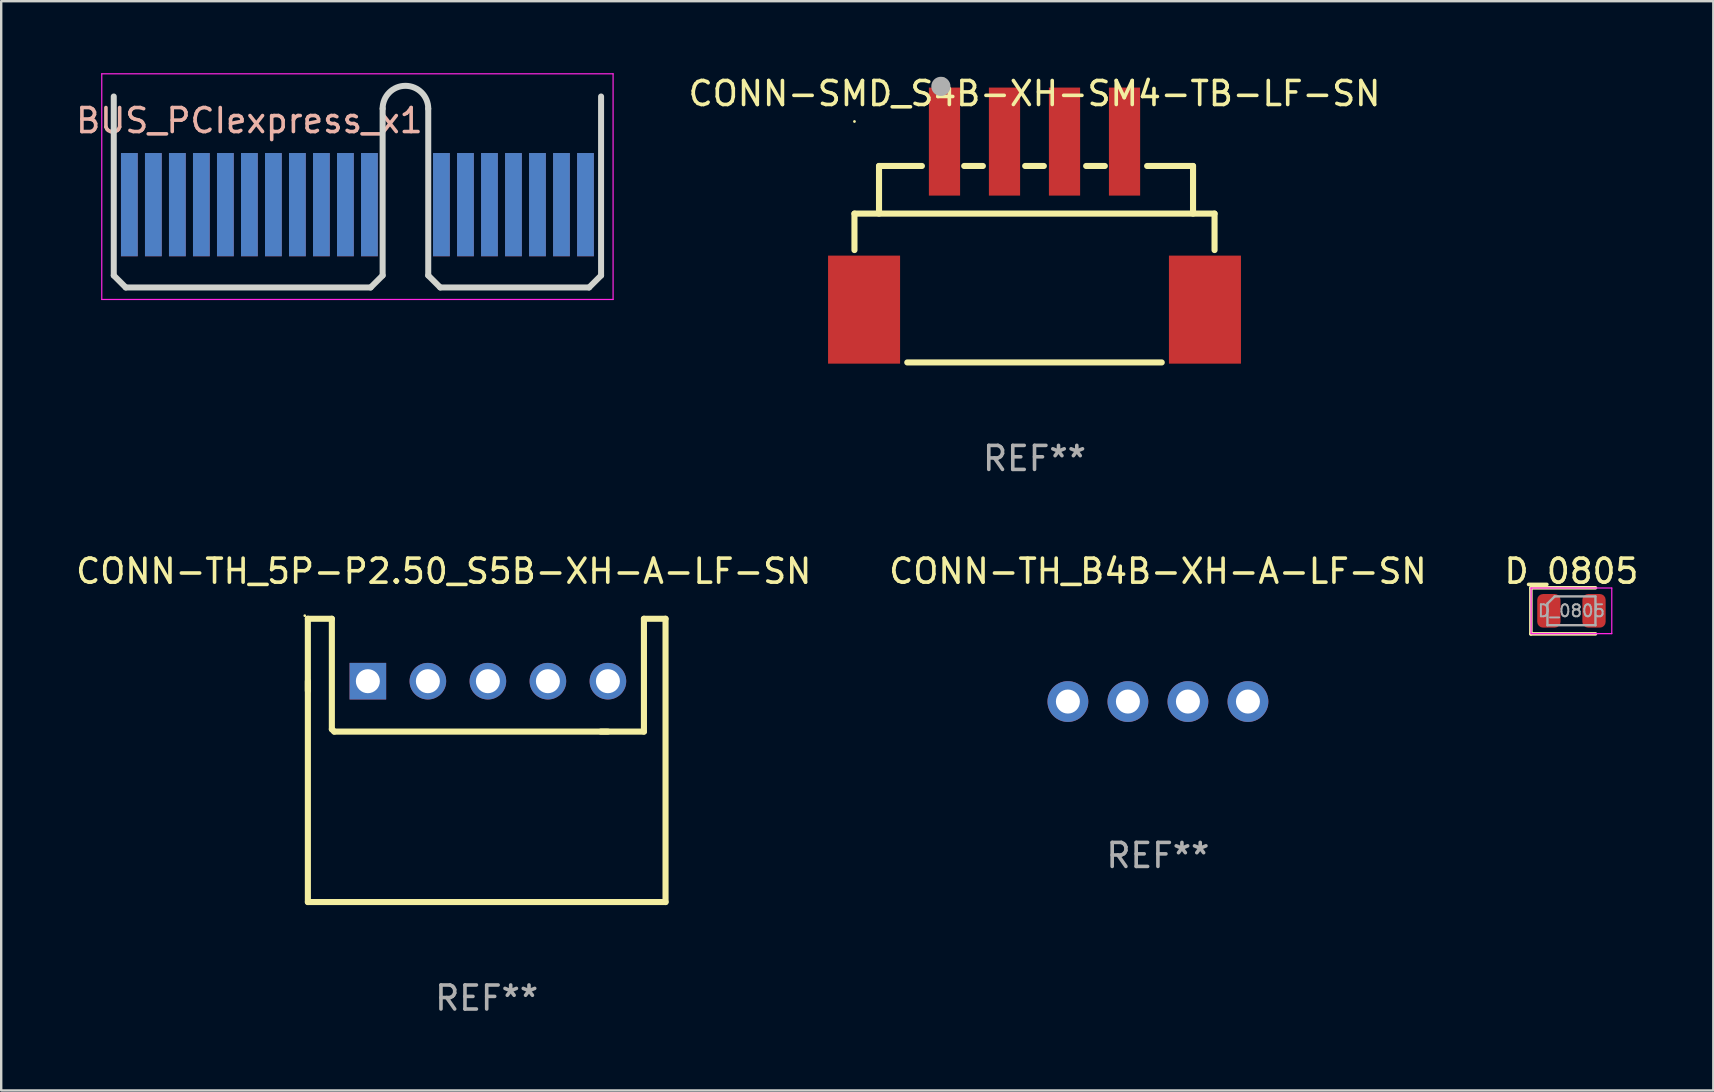
<source format=kicad_pcb>
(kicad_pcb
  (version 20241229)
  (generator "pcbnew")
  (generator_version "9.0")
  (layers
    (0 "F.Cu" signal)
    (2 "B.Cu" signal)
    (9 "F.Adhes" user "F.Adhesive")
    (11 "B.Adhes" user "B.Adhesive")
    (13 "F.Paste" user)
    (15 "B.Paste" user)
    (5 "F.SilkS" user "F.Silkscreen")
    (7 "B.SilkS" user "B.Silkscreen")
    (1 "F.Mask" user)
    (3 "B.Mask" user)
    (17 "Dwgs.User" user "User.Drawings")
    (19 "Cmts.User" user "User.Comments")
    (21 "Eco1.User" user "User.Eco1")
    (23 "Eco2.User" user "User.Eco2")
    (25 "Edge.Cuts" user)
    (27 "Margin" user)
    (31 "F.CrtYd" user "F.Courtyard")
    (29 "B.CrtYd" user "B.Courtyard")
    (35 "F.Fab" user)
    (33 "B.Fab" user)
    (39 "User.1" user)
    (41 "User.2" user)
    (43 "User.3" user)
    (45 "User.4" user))
  (footprint "CONN-TH_5P-P2.50_S5B-XH-A-LF-SN"
    (layer "F.Cu")
    (at 17.274 25.326)
    (property "Reference" "CONN-TH_5P-P2.50_S5B-XH-A-LF-SN" (at -1.84 -4.581 0) (layer "F.SilkS") (effects (font (size 1 1) (thickness 0.15))))
    (attr through_hole)
    (fp_line (start -7.5 -2.6) (end -7.5 0.4) (stroke (width 0.254) (type solid)) (layer "F.SilkS"))
    (fp_line (start -7.499 0) (end -7.499 9.2) (stroke (width 0.254) (type solid)) (layer "F.SilkS"))
    (fp_line (start -7.499 9.2) (end 7.4 9.2) (stroke (width 0.254) (type solid)) (layer "F.SilkS"))
    (fp_line (start -6.5 -2.6) (end -7.5 -2.6) (stroke (width 0.254) (type solid)) (layer "F.SilkS"))
    (fp_line (start -6.5 2) (end -6.5 -2.6) (stroke (width 0.254) (type solid)) (layer "F.SilkS"))
    (fp_line (start -6.4 2.1) (end -6.5 2) (stroke (width 0.254) (type solid)) (layer "F.SilkS"))
    (fp_line (start 4.7 2.1) (end 6.5 2.1) (stroke (width 0.254) (type solid)) (layer "F.SilkS"))
    (fp_line (start 5 2.1) (end -6.4 2.1) (stroke (width 0.254) (type solid)) (layer "F.SilkS"))
    (fp_line (start 6.5 -2.6) (end 7.4 -2.6) (stroke (width 0.254) (type solid)) (layer "F.SilkS"))
    (fp_line (start 6.5 2.1) (end 6.5 -2.6) (stroke (width 0.254) (type solid)) (layer "F.SilkS"))
    (fp_line (start 7.4 9.2) (end 7.4 -2.601) (stroke (width 0.254) (type solid)) (layer "F.SilkS"))
    (fp_circle (center -7.627 -2.728) (end -7.597 -2.728) (stroke (width 0.06) (type solid)) (fill no) (layer "F.SilkS"))
    (fp_text user "REF**" (at -0.05 13.2 0) (layer "F.Fab") (effects (font (size 1 1) (thickness 0.15))))
    (pad "1" thru_hole rect (at -5 0) (size 1.524 1.524) (drill 1) (layers "*.Cu" "*.Mask"))
    (pad "2" thru_hole circle (at -2.5 0) (size 1.524 1.524) (drill 1) (layers "*.Cu" "*.Mask"))
    (pad "3" thru_hole circle (at 0 0) (size 1.524 1.524) (drill 1) (layers "*.Cu" "*.Mask"))
    (pad "4" thru_hole circle (at 2.5 0) (size 1.524 1.524) (drill 1) (layers "*.Cu" "*.Mask"))
    (pad "5" thru_hole circle (at 5 0) (size 1.524 1.524) (drill 1) (layers "*.Cu" "*.Mask")))
  (footprint "D_0805"
    (layer "F.Cu")
    (at 62.411 22.395)
    (property "Reference" "D_0805" (at 0 -1.65 180) (layer "F.SilkS") (effects (font (size 1 1) (thickness 0.15))))
    (attr smd)
    (fp_line (start -1.69 -0.96) (end -1.69 0.96) (stroke (width 0.15) (type solid)) (layer "F.SilkS"))
    (fp_line (start -1.69 0.96) (end 1 0.96) (stroke (width 0.15) (type solid)) (layer "F.SilkS"))
    (fp_line (start 1 -0.96) (end -1.69 -0.96) (stroke (width 0.15) (type solid)) (layer "F.SilkS"))
    (fp_line (start -1.68 -0.95) (end 1.68 -0.95) (stroke (width 0.05) (type solid)) (layer "F.CrtYd"))
    (fp_line (start -1.68 0.95) (end -1.68 -0.95) (stroke (width 0.05) (type solid)) (layer "F.CrtYd"))
    (fp_line (start 1.68 -0.95) (end 1.68 0.95) (stroke (width 0.05) (type solid)) (layer "F.CrtYd"))
    (fp_line (start 1.68 0.95) (end -1.68 0.95) (stroke (width 0.05) (type solid)) (layer "F.CrtYd"))
    (fp_line (start -1 -0.3) (end -1 0.6) (stroke (width 0.1) (type solid)) (layer "F.Fab"))
    (fp_line (start -1 0.6) (end 1 0.6) (stroke (width 0.1) (type solid)) (layer "F.Fab"))
    (fp_line (start -0.7 -0.6) (end -1 -0.3) (stroke (width 0.1) (type solid)) (layer "F.Fab"))
    (fp_line (start 1 -0.6) (end -0.7 -0.6) (stroke (width 0.1) (type solid)) (layer "F.Fab"))
    (fp_line (start 1 0.6) (end 1 -0.6) (stroke (width 0.1) (type solid)) (layer "F.Fab"))
    (fp_text user "${REFERENCE}" (at 0 0 180) (layer "F.Fab") (effects (font (size 0.5 0.5) (thickness 0.08))))
    (pad "1" smd roundrect (at -0.94 0) (size 0.97 1.4) (layers "F.Cu" "F.Mask" "F.Paste") (roundrect_rratio 0.25))
    (pad "2" smd roundrect (at 0.94 0) (size 0.97 1.4) (layers "F.Cu" "F.Mask" "F.Paste") (roundrect_rratio 0.25)))
  (footprint "CONN-SMD_S4B-XH-SM4-TB-LF-SN"
    (layer "F.Cu")
    (at 40.044 6.348)
    (property "Reference" "CONN-SMD_S4B-XH-SM4-TB-LF-SN" (at 0 -5.5 0) (layer "F.SilkS") (effects (font (size 1 1) (thickness 0.15))))
    (attr smd)
    (fp_line (start -7.5 -0.5) (end -7.5 1.019) (stroke (width 0.254) (type solid)) (layer "F.SilkS"))
    (fp_line (start -6.477 -2.484) (end -4.691 -2.484) (stroke (width 0.254) (type solid)) (layer "F.SilkS"))
    (fp_line (start -6.477 -0.5) (end -6.477 -2.484) (stroke (width 0.254) (type solid)) (layer "F.SilkS"))
    (fp_line (start -5.3 5.7) (end 5.3 5.7) (stroke (width 0.254) (type solid)) (layer "F.SilkS"))
    (fp_line (start -2.929 -2.484) (end -2.151 -2.484) (stroke (width 0.254) (type solid)) (layer "F.SilkS"))
    (fp_line (start -0.389 -2.484) (end 0.389 -2.484) (stroke (width 0.254) (type solid)) (layer "F.SilkS"))
    (fp_line (start 2.151 -2.484) (end 2.929 -2.484) (stroke (width 0.254) (type solid)) (layer "F.SilkS"))
    (fp_line (start 4.691 -2.484) (end 6.604 -2.484) (stroke (width 0.254) (type solid)) (layer "F.SilkS"))
    (fp_line (start 6.604 -2.484) (end 6.604 -0.5) (stroke (width 0.254) (type solid)) (layer "F.SilkS"))
    (fp_line (start 7.5 -0.5) (end -7.5 -0.5) (stroke (width 0.254) (type solid)) (layer "F.SilkS"))
    (fp_line (start 7.5 -0.5) (end 7.5 1.019) (stroke (width 0.254) (type solid)) (layer "F.SilkS"))
    (fp_circle (center -7.5 -4.337) (end -7.47 -4.337) (stroke (width 0.06) (type solid)) (fill no) (layer "F.SilkS"))
    (fp_circle (center -3.9 -5.8) (end -3.7 -5.8) (stroke (width 0.4) (type solid)) (fill no) (layer "F.Fab"))
    (fp_text user "REF**" (at 0 9.7 0) (layer "F.Fab") (effects (font (size 1 1) (thickness 0.15))))
    (pad "1" smd rect (at -3.75 -3.5) (size 1.3 4.5) (layers "F.Cu" "F.Mask" "F.Paste"))
    (pad "2" smd rect (at -1.25 -3.5) (size 1.3 4.5) (layers "F.Cu" "F.Mask" "F.Paste"))
    (pad "3" smd rect (at 1.25 -3.5) (size 1.3 4.5) (layers "F.Cu" "F.Mask" "F.Paste"))
    (pad "4" smd rect (at 3.75 -3.5) (size 1.3 4.5) (layers "F.Cu" "F.Mask" "F.Paste"))
    (pad "5" smd rect (at 7.1 3.5) (size 3 4.5) (layers "F.Cu" "F.Mask" "F.Paste"))
    (pad "6" smd rect (at -7.1 3.5) (size 3 4.5) (layers "F.Cu" "F.Mask" "F.Paste")))
  (footprint "CONN-TH_B4B-XH-A-LF-SN"
    (layer "F.Cu")
    (at 45.185 26.174)
    (property "Reference" "CONN-TH_B4B-XH-A-LF-SN" (at -0.000025 -5.429 0) (layer "F.SilkS") (effects (font (size 1 1) (thickness 0.15))))
    (attr through_hole)
    (fp_text user "REF**" (at -0.000025 6.413 0) (layer "F.Fab") (effects (font (size 1 1) (thickness 0.15))))
    (pad "1" thru_hole circle (at 3.75 0) (size 1.7 1.7) (drill 1) (layers "*.Cu" "*.Mask"))
    (pad "2" thru_hole circle (at 1.25 0) (size 1.7 1.7) (drill 1) (layers "*.Cu" "*.Mask"))
    (pad "3" thru_hole circle (at -1.25 0) (size 1.7 1.7) (drill 1) (layers "*.Cu" "*.Mask"))
    (pad "4" thru_hole circle (at -3.75 0) (size 1.7 1.7) (drill 1) (layers "*.Cu" "*.Mask")))
  (footprint "BUS_PCIexpress_x1"
    (layer "F.Cu")
    (at 2.339 5.475)
    (property "Reference" "BUS_PCIexpress_x1" (at 5 -3.5 0) (layer "B.SilkS") (effects (font (size 1 1) (thickness 0.15))))
    (attr exclude_from_pos_files dnp)
    (fp_line (start -0.65 2.95) (end -0.65 -4.506) (stroke (width 0.25) (type solid)) (layer "Edge.Cuts"))
    (fp_line (start -0.15 3.45) (end -0.65 2.95) (stroke (width 0.25) (type solid)) (layer "Edge.Cuts"))
    (fp_line (start 10.05 3.45) (end -0.15 3.45) (stroke (width 0.25) (type solid)) (layer "Edge.Cuts"))
    (fp_line (start 10.05 3.45) (end 10.55 2.95) (stroke (width 0.25) (type solid)) (layer "Edge.Cuts"))
    (fp_line (start 10.55 2.95) (end 10.55 -4) (stroke (width 0.25) (type solid)) (layer "Edge.Cuts"))
    (fp_line (start 12.45 2.95) (end 12.45 -4) (stroke (width 0.25) (type solid)) (layer "Edge.Cuts"))
    (fp_line (start 12.95 3.45) (end 12.45 2.95) (stroke (width 0.25) (type solid)) (layer "Edge.Cuts"))
    (fp_line (start 19.15 3.45) (end 12.95 3.45) (stroke (width 0.25) (type solid)) (layer "Edge.Cuts"))
    (fp_line (start 19.15 3.45) (end 19.65 2.95) (stroke (width 0.25) (type solid)) (layer "Edge.Cuts"))
    (fp_line (start 19.65 -4.506) (end 19.65 2.95) (stroke (width 0.25) (type default)) (layer "Edge.Cuts"))
    (fp_arc (start 10.55 -4) (mid 11.5 -4.95) (end 12.45 -4) (stroke (width 0.25) (type solid)) (layer "Edge.Cuts"))
    (fp_line (start -1.15 3.95) (end -1.15 -5.45) (stroke (width 0.05) (type solid)) (layer "F.CrtYd"))
    (fp_line (start -1.15 3.95) (end 20.15 3.95) (stroke (width 0.05) (type solid)) (layer "F.CrtYd"))
    (fp_line (start 20.15 -5.45) (end -1.15 -5.45) (stroke (width 0.05) (type solid)) (layer "F.CrtYd"))
    (fp_line (start 20.15 -5.45) (end 20.15 3.95) (stroke (width 0.05) (type solid)) (layer "F.CrtYd"))
    (pad "A1" connect rect (at 0 0 180) (size 0.7 4.3) (layers "B.Cu" "B.Mask"))
    (pad "A2" connect rect (at 1 0 180) (size 0.7 4.3) (layers "B.Cu" "B.Mask"))
    (pad "A3" connect rect (at 2 0 180) (size 0.7 4.3) (layers "B.Cu" "B.Mask"))
    (pad "A4" connect rect (at 3 0 180) (size 0.7 4.3) (layers "B.Cu" "B.Mask"))
    (pad "A5" connect rect (at 4 0 180) (size 0.7 4.3) (layers "B.Cu" "B.Mask"))
    (pad "A6" connect rect (at 5 0 180) (size 0.7 4.3) (layers "B.Cu" "B.Mask"))
    (pad "A7" connect rect (at 6 0 180) (size 0.7 4.3) (layers "B.Cu" "B.Mask"))
    (pad "A8" connect rect (at 7 0 180) (size 0.7 4.3) (layers "B.Cu" "B.Mask"))
    (pad "A9" connect rect (at 8 0 180) (size 0.7 4.3) (layers "B.Cu" "B.Mask"))
    (pad "A10" connect rect (at 9 0 180) (size 0.7 4.3) (layers "B.Cu" "B.Mask"))
    (pad "A11" connect rect (at 10 0 180) (size 0.7 4.3) (layers "B.Cu" "B.Mask"))
    (pad "A12" connect rect (at 13 0 180) (size 0.7 4.3) (layers "B.Cu" "B.Mask"))
    (pad "A13" connect rect (at 14 0 180) (size 0.7 4.3) (layers "B.Cu" "B.Mask"))
    (pad "A14" connect rect (at 15 0 180) (size 0.7 4.3) (layers "B.Cu" "B.Mask"))
    (pad "A15" connect rect (at 16 0 180) (size 0.7 4.3) (layers "B.Cu" "B.Mask"))
    (pad "A16" connect rect (at 17 0 180) (size 0.7 4.3) (layers "B.Cu" "B.Mask"))
    (pad "A17" connect rect (at 18 0 180) (size 0.7 4.3) (layers "B.Cu" "B.Mask"))
    (pad "A18" connect rect (at 19 0 180) (size 0.7 4.3) (layers "B.Cu" "B.Mask"))
    (pad "B1" connect rect (at 0 0 180) (size 0.7 4.3) (layers "F.Cu" "F.Mask"))
    (pad "B2" connect rect (at 1 0 180) (size 0.7 4.3) (layers "F.Cu" "F.Mask"))
    (pad "B3" connect rect (at 2 0 180) (size 0.7 4.3) (layers "F.Cu" "F.Mask"))
    (pad "B4" connect rect (at 3 0 180) (size 0.7 4.3) (layers "F.Cu" "F.Mask"))
    (pad "B5" connect rect (at 4 0 180) (size 0.7 4.3) (layers "F.Cu" "F.Mask"))
    (pad "B6" connect rect (at 5 0 180) (size 0.7 4.3) (layers "F.Cu" "F.Mask"))
    (pad "B7" connect rect (at 6 0 180) (size 0.7 4.3) (layers "F.Cu" "F.Mask"))
    (pad "B8" connect rect (at 7 0 180) (size 0.7 4.3) (layers "F.Cu" "F.Mask"))
    (pad "B9" connect rect (at 8 0 180) (size 0.7 4.3) (layers "F.Cu" "F.Mask"))
    (pad "B10" connect rect (at 9 0 180) (size 0.7 4.3) (layers "F.Cu" "F.Mask"))
    (pad "B11" connect rect (at 10 0 180) (size 0.7 4.3) (layers "F.Cu" "F.Mask"))
    (pad "B12" connect rect (at 13 0 180) (size 0.7 4.3) (layers "F.Cu" "F.Mask"))
    (pad "B13" connect rect (at 14 0 180) (size 0.7 4.3) (layers "F.Cu" "F.Mask"))
    (pad "B14" connect rect (at 15 0 180) (size 0.7 4.3) (layers "F.Cu" "F.Mask"))
    (pad "B15" connect rect (at 16 0 180) (size 0.7 4.3) (layers "F.Cu" "F.Mask"))
    (pad "B16" connect rect (at 17 0 180) (size 0.7 4.3) (layers "F.Cu" "F.Mask"))
    (pad "B17" connect rect (at 18 0 180) (size 0.7 4.3) (layers "F.Cu" "F.Mask"))
    (pad "B18" connect rect (at 19 0 180) (size 0.7 4.3) (layers "F.Cu" "F.Mask")))
  (gr_rect
    (start -3 -3)
    (end 68.321 42.374)
    (stroke (width 0.1) (type default))
    (fill no)
    (layer "Edge.Cuts")))
</source>
